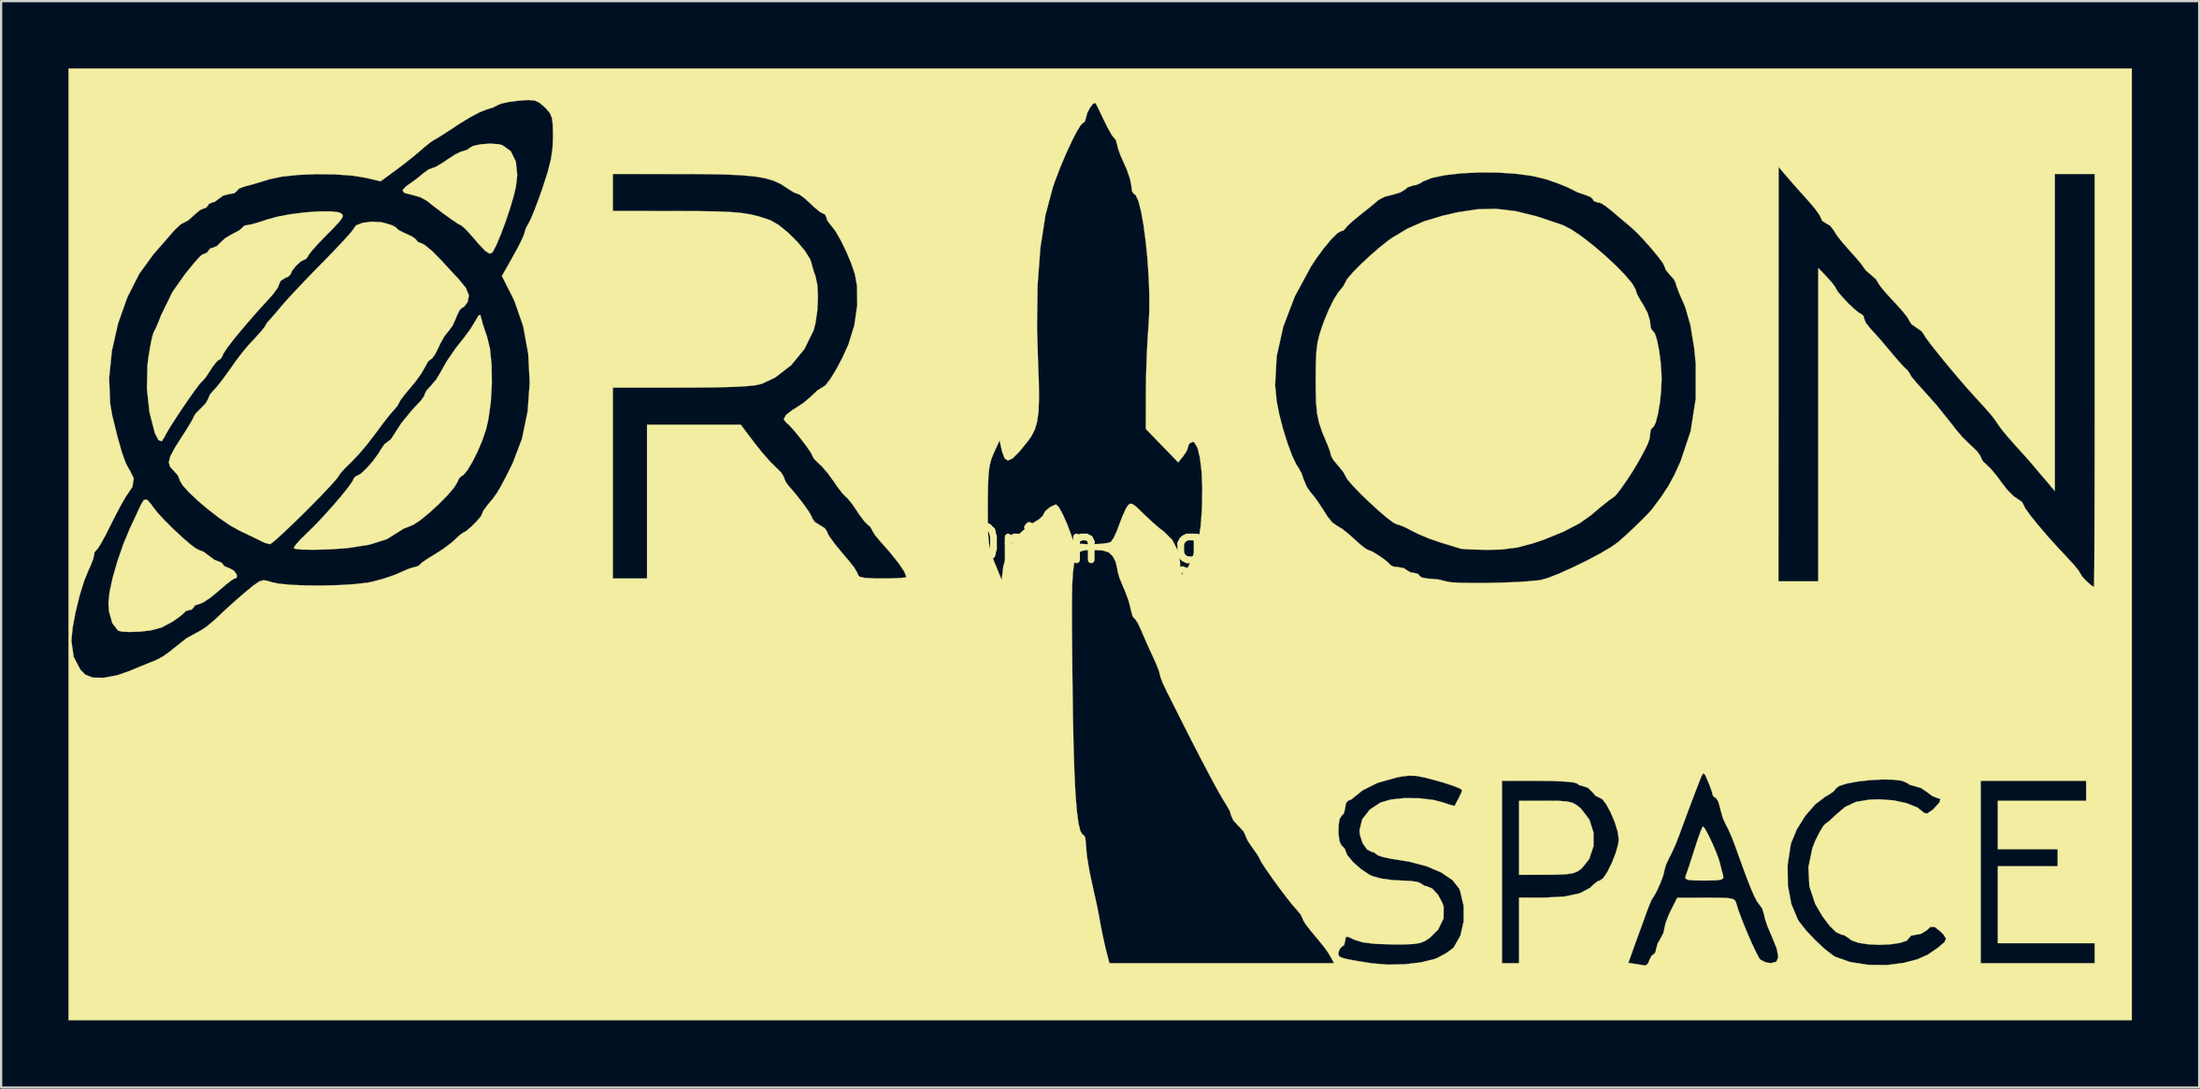
<source format=kicad_pcb>
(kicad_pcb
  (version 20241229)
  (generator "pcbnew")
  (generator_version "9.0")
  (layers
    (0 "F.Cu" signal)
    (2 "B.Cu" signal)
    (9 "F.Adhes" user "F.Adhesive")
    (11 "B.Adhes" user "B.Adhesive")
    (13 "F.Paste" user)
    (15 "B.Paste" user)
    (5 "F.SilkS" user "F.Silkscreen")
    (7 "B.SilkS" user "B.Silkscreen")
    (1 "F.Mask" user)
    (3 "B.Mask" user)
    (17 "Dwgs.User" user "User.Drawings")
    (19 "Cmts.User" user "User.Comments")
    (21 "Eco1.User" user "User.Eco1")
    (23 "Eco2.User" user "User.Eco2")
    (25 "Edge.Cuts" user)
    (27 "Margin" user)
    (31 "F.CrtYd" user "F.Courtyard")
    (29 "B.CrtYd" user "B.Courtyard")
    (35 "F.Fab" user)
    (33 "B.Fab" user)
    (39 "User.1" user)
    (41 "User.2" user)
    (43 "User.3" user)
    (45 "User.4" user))
  (footprint "Orion logo"
    (layer "F.Cu")
    (at 45.979 21.214)
    (property "Reference" "Orion logo" (at 0 0 0) (layer "F.SilkS") (effects (font (size 1.524 1.524) (thickness 0.3))))
    (attr through_hole)
    (fp_poly (pts (xy 20.417 11.435) (xy 20.793 11.46) (xy 21.047 11.519) (xy 21.243 11.628) (xy 21.426 11.779) (xy 21.8 12.267) (xy 21.987 12.848) (xy 21.986 13.456) (xy 21.796 14.023) (xy 21.465 14.442) (xy 21.287 14.575) (xy 21.077 14.659) (xy 20.773 14.705) (xy 20.316 14.724) (xy 19.907 14.728) (xy 18.669 14.732) (xy 18.669 11.43) (xy 19.853 11.43) (xy 20.417 11.435)) (stroke (width 0.01) (type solid)) (fill yes) (layer "F.SilkS"))
    (fp_poly (pts (xy 26.955 12.679) (xy 27.103 12.951) (xy 27.278 13.317) (xy 27.445 13.706) (xy 27.572 14.046) (xy 27.612 14.182) (xy 27.699 14.529) (xy 27.764 14.764) (xy 27.771 14.879) (xy 27.675 14.946) (xy 27.428 14.978) (xy 26.979 14.986) (xy 26.919 14.986) (xy 26.449 14.98) (xy 26.186 14.953) (xy 26.082 14.893) (xy 26.09 14.787) (xy 26.099 14.764) (xy 26.179 14.541) (xy 26.309 14.152) (xy 26.463 13.67) (xy 26.499 13.557) (xy 26.648 13.102) (xy 26.773 12.759) (xy 26.853 12.584) (xy 26.865 12.573) (xy 26.955 12.679)) (stroke (width 0.01) (type solid)) (fill yes) (layer "F.SilkS"))
    (fp_poly (pts (xy -26.808 -17.836) (xy -26.642 -17.794) (xy -26.267 -17.523) (xy -26.043 -17.069) (xy -25.978 -16.464) (xy -26.038 -15.938) (xy -26.148 -15.483) (xy -26.313 -14.931) (xy -26.511 -14.347) (xy -26.718 -13.795) (xy -26.91 -13.34) (xy -27.065 -13.044) (xy -27.104 -12.994) (xy -27.224 -12.962) (xy -27.415 -13.091) (xy -27.708 -13.402) (xy -27.813 -13.526) (xy -28.109 -13.866) (xy -28.346 -14.113) (xy -28.476 -14.216) (xy -28.479 -14.216) (xy -28.622 -14.292) (xy -28.907 -14.484) (xy -29.278 -14.751) (xy -29.677 -15.052) (xy -30.017 -15.322) (xy -30.308 -15.478) (xy -30.68 -15.584) (xy -30.684 -15.584) (xy -31.01 -15.667) (xy -31.09 -15.784) (xy -30.929 -15.961) (xy -30.769 -16.072) (xy -30.434 -16.314) (xy -30.174 -16.532) (xy -29.935 -16.707) (xy -29.777 -16.764) (xy -29.595 -16.834) (xy -29.296 -17.012) (xy -29.103 -17.145) (xy -28.765 -17.365) (xy -28.488 -17.503) (xy -28.393 -17.526) (xy -28.18 -17.598) (xy -28.135 -17.646) (xy -27.946 -17.757) (xy -27.599 -17.832) (xy -27.189 -17.862) (xy -26.808 -17.836)) (stroke (width 0.01) (type solid)) (fill yes) (layer "F.SilkS"))
    (fp_poly (pts (xy -42.284 -1.776) (xy -42.222 -1.683) (xy -42.014 -1.417) (xy -41.697 -1.073) (xy -41.317 -0.694) (xy -40.924 -0.327) (xy -40.566 -0.017) (xy -40.29 0.191) (xy -40.158 0.254) (xy -39.953 0.334) (xy -39.722 0.508) (xy -39.47 0.693) (xy -39.283 0.762) (xy -39.129 0.831) (xy -39.116 0.875) (xy -39.008 0.987) (xy -38.798 1.068) (xy -38.598 1.18) (xy -38.479 1.348) (xy -38.481 1.487) (xy -38.577 1.524) (xy -38.714 1.603) (xy -38.978 1.81) (xy -39.307 2.094) (xy -39.664 2.385) (xy -39.975 2.591) (xy -40.164 2.665) (xy -40.352 2.727) (xy -40.386 2.794) (xy -40.488 2.908) (xy -40.566 2.921) (xy -40.756 2.978) (xy -40.788 3.016) (xy -40.911 3.135) (xy -41.179 3.334) (xy -41.38 3.469) (xy -41.825 3.705) (xy -42.32 3.837) (xy -42.777 3.889) (xy -43.229 3.906) (xy -43.586 3.891) (xy -43.764 3.849) (xy -44.024 3.512) (xy -44.17 2.992) (xy -44.196 2.606) (xy -44.144 2.119) (xy -44.003 1.475) (xy -43.793 0.744) (xy -43.534 -0.002) (xy -43.248 -0.692) (xy -43.215 -0.762) (xy -43.015 -1.191) (xy -42.841 -1.565) (xy -42.758 -1.746) (xy -42.617 -1.979) (xy -42.473 -1.991) (xy -42.284 -1.776)) (stroke (width 0.01) (type solid)) (fill yes) (layer "F.SilkS"))
    (fp_poly (pts (xy -27.588 -10.097) (xy -27.516 -9.826) (xy -27.389 -9.44) (xy -27.328 -9.271) (xy -27.194 -8.721) (xy -27.122 -8) (xy -27.11 -7.185) (xy -27.157 -6.351) (xy -27.264 -5.576) (xy -27.363 -5.144) (xy -27.526 -4.657) (xy -27.739 -4.151) (xy -27.972 -3.684) (xy -28.195 -3.31) (xy -28.38 -3.086) (xy -28.458 -3.048) (xy -28.57 -2.943) (xy -28.644 -2.776) (xy -28.793 -2.53) (xy -29.088 -2.185) (xy -29.474 -1.794) (xy -29.893 -1.409) (xy -30.29 -1.084) (xy -30.607 -0.872) (xy -30.722 -0.825) (xy -31.049 -0.697) (xy -31.242 -0.572) (xy -31.788 -0.233) (xy -32.568 0.015) (xy -33.578 0.171) (xy -34.385 0.225) (xy -35.033 0.241) (xy -35.532 0.234) (xy -35.846 0.207) (xy -35.941 0.166) (xy -35.854 0.024) (xy -35.629 -0.228) (xy -35.369 -0.481) (xy -35.01 -0.833) (xy -34.607 -1.258) (xy -34.2 -1.71) (xy -33.825 -2.148) (xy -33.522 -2.525) (xy -33.326 -2.799) (xy -33.274 -2.914) (xy -33.176 -3.041) (xy -33.132 -3.048) (xy -32.953 -3.143) (xy -32.692 -3.387) (xy -32.405 -3.716) (xy -32.151 -4.068) (xy -32.059 -4.223) (xy -31.892 -4.467) (xy -31.752 -4.572) (xy -31.75 -4.572) (xy -31.617 -4.674) (xy -31.448 -4.924) (xy -31.424 -4.969) (xy -31.127 -5.425) (xy -30.657 -5.994) (xy -30.258 -6.422) (xy -30.12 -6.622) (xy -30.099 -6.702) (xy -30.014 -6.865) (xy -29.835 -7.058) (xy -29.586 -7.351) (xy -29.389 -7.681) (xy -29.114 -8.169) (xy -28.728 -8.733) (xy -28.315 -9.256) (xy -28.065 -9.594) (xy -27.846 -9.955) (xy -27.703 -10.197) (xy -27.629 -10.229) (xy -27.588 -10.097)) (stroke (width 0.01) (type solid)) (fill yes) (layer "F.SilkS"))
    (fp_poly (pts (xy -33.949 -14.803) (xy -33.848 -14.766) (xy -33.759 -14.688) (xy -33.768 -14.574) (xy -33.899 -14.387) (xy -34.176 -14.089) (xy -34.462 -13.802) (xy -34.83 -13.424) (xy -35.117 -13.104) (xy -35.282 -12.889) (xy -35.306 -12.833) (xy -35.405 -12.707) (xy -35.45 -12.7) (xy -35.629 -12.609) (xy -35.852 -12.401) (xy -36.026 -12.172) (xy -36.068 -12.054) (xy -36.172 -11.941) (xy -36.322 -11.874) (xy -36.528 -11.739) (xy -36.576 -11.625) (xy -36.656 -11.431) (xy -36.857 -11.156) (xy -36.925 -11.078) (xy -37.544 -10.395) (xy -38.09 -9.77) (xy -38.541 -9.229) (xy -38.876 -8.798) (xy -39.072 -8.506) (xy -39.116 -8.395) (xy -39.198 -8.261) (xy -39.233 -8.255) (xy -39.364 -8.156) (xy -39.558 -7.907) (xy -39.64 -7.779) (xy -39.838 -7.479) (xy -39.992 -7.289) (xy -40.027 -7.262) (xy -40.138 -7.142) (xy -40.349 -6.861) (xy -40.624 -6.472) (xy -40.927 -6.028) (xy -41.222 -5.582) (xy -41.473 -5.187) (xy -41.644 -4.897) (xy -41.693 -4.794) (xy -41.822 -4.595) (xy -41.966 -4.647) (xy -42.121 -4.949) (xy -42.134 -4.985) (xy -42.369 -5.901) (xy -42.48 -6.934) (xy -42.458 -7.972) (xy -42.419 -8.303) (xy -42.338 -8.798) (xy -42.257 -9.198) (xy -42.189 -9.434) (xy -42.175 -9.461) (xy -42.079 -9.647) (xy -41.938 -9.982) (xy -41.849 -10.214) (xy -41.337 -11.259) (xy -40.767 -12.065) (xy -40.418 -12.492) (xy -40.189 -12.756) (xy -40.043 -12.896) (xy -39.944 -12.948) (xy -39.895 -12.954) (xy -39.758 -13.041) (xy -39.751 -13.081) (xy -39.649 -13.195) (xy -39.568 -13.208) (xy -39.353 -13.302) (xy -39.218 -13.439) (xy -38.988 -13.65) (xy -38.658 -13.843) (xy -38.64 -13.851) (xy -38.366 -13.995) (xy -38.23 -14.114) (xy -38.227 -14.128) (xy -38.124 -14.213) (xy -38.033 -14.224) (xy -37.815 -14.265) (xy -37.448 -14.37) (xy -37.113 -14.482) (xy -36.645 -14.61) (xy -36.066 -14.717) (xy -35.441 -14.795) (xy -34.836 -14.839) (xy -34.317 -14.843) (xy -33.949 -14.803)) (stroke (width 0.01) (type solid)) (fill yes) (layer "F.SilkS"))
    (fp_poly (pts (xy 18.503 -14.853) (xy 19.448 -14.623) (xy 20.538 -14.258) (xy 20.637 -14.221) (xy 21.001 -14.034) (xy 21.458 -13.725) (xy 21.967 -13.33) (xy 22.487 -12.886) (xy 22.977 -12.43) (xy 23.398 -11.998) (xy 23.707 -11.629) (xy 23.864 -11.357) (xy 23.876 -11.294) (xy 23.942 -11.116) (xy 24.11 -10.823) (xy 24.194 -10.695) (xy 24.393 -10.322) (xy 24.504 -9.963) (xy 24.511 -9.877) (xy 24.544 -9.622) (xy 24.616 -9.525) (xy 24.717 -9.408) (xy 24.818 -9.096) (xy 24.908 -8.647) (xy 24.978 -8.12) (xy 25.015 -7.573) (xy 25.019 -7.366) (xy 24.997 -6.828) (xy 24.939 -6.286) (xy 24.855 -5.799) (xy 24.757 -5.426) (xy 24.655 -5.226) (xy 24.616 -5.207) (xy 24.534 -5.099) (xy 24.51 -4.921) (xy 24.49 -4.729) (xy 24.414 -4.5) (xy 24.257 -4.176) (xy 23.995 -3.698) (xy 23.969 -3.651) (xy 23.735 -3.262) (xy 23.467 -2.85) (xy 23.209 -2.482) (xy 23.007 -2.221) (xy 22.925 -2.139) (xy 22.647 -1.937) (xy 22.271 -1.637) (xy 21.886 -1.309) (xy 21.87 -1.296) (xy 21.359 -0.935) (xy 20.651 -0.567) (xy 19.799 -0.219) (xy 19.306 -0.05) (xy 18.581 0.142) (xy 17.873 0.231) (xy 17.274 0.244) (xy 16.765 0.235) (xy 16.352 0.219) (xy 16.102 0.199) (xy 16.066 0.191) (xy 15.884 0.135) (xy 15.539 0.03) (xy 15.177 -0.079) (xy 14.664 -0.256) (xy 14.164 -0.466) (xy 13.906 -0.596) (xy 13.565 -0.772) (xy 13.298 -0.876) (xy 13.232 -0.887) (xy 13.059 -0.973) (xy 12.76 -1.2) (xy 12.383 -1.523) (xy 11.972 -1.9) (xy 11.574 -2.287) (xy 11.236 -2.641) (xy 11.003 -2.917) (xy 10.922 -3.068) (xy 10.843 -3.214) (xy 10.65 -3.455) (xy 10.604 -3.505) (xy 10.395 -3.761) (xy 10.29 -3.949) (xy 10.287 -3.968) (xy 10.24 -4.159) (xy 10.124 -4.46) (xy 10.111 -4.489) (xy 9.9 -4.995) (xy 9.756 -5.419) (xy 9.668 -5.836) (xy 9.623 -6.319) (xy 9.607 -6.943) (xy 9.606 -7.355) (xy 9.612 -8.054) (xy 9.636 -8.572) (xy 9.687 -8.984) (xy 9.777 -9.362) (xy 9.916 -9.78) (xy 9.979 -9.952) (xy 10.189 -10.46) (xy 10.41 -10.91) (xy 10.601 -11.218) (xy 10.636 -11.26) (xy 10.832 -11.499) (xy 10.921 -11.658) (xy 10.922 -11.665) (xy 11.013 -11.833) (xy 11.257 -12.117) (xy 11.608 -12.474) (xy 12.022 -12.861) (xy 12.452 -13.235) (xy 12.854 -13.553) (xy 13.018 -13.669) (xy 13.706 -14.079) (xy 14.431 -14.397) (xy 15.277 -14.652) (xy 15.938 -14.803) (xy 16.808 -14.935) (xy 17.642 -14.954) (xy 18.503 -14.853)) (stroke (width 0.01) (type solid)) (fill yes) (layer "F.SilkS"))
    (fp_poly (pts (xy -32.062 -14.361) (xy -31.92 -14.333) (xy -31.589 -14.232) (xy -31.393 -14.137) (xy -31.369 -14.106) (xy -31.263 -14.007) (xy -31 -13.874) (xy -30.924 -13.843) (xy -30.637 -13.705) (xy -30.486 -13.585) (xy -30.48 -13.565) (xy -30.383 -13.465) (xy -30.354 -13.462) (xy -30.128 -13.363) (xy -29.785 -13.085) (xy -29.355 -12.652) (xy -29.289 -12.579) (xy -28.975 -12.236) (xy -28.679 -11.919) (xy -28.61 -11.846) (xy -28.268 -11.431) (xy -28.133 -11.099) (xy -28.188 -10.807) (xy -28.194 -10.795) (xy -28.345 -10.594) (xy -28.443 -10.541) (xy -28.552 -10.433) (xy -28.678 -10.167) (xy -28.699 -10.107) (xy -28.851 -9.764) (xy -29.029 -9.517) (xy -29.043 -9.505) (xy -29.215 -9.289) (xy -29.409 -8.943) (xy -29.477 -8.797) (xy -29.637 -8.475) (xy -29.778 -8.281) (xy -29.825 -8.255) (xy -29.951 -8.151) (xy -30.087 -7.906) (xy -30.253 -7.616) (xy -30.523 -7.242) (xy -30.736 -6.985) (xy -31.004 -6.666) (xy -31.187 -6.42) (xy -31.24 -6.318) (xy -31.322 -6.165) (xy -31.474 -5.991) (xy -31.659 -5.778) (xy -31.934 -5.427) (xy -32.246 -5.008) (xy -32.293 -4.944) (xy -32.655 -4.472) (xy -33.043 -4.014) (xy -33.375 -3.668) (xy -33.38 -3.664) (xy -33.67 -3.378) (xy -33.872 -3.148) (xy -33.926 -3.062) (xy -34.035 -2.91) (xy -34.287 -2.626) (xy -34.644 -2.247) (xy -35.07 -1.81) (xy -35.529 -1.351) (xy -35.982 -0.909) (xy -36.393 -0.518) (xy -36.725 -0.215) (xy -36.942 -0.038) (xy -37.001 -0.007) (xy -37.237 -0.071) (xy -37.338 -0.118) (xy -37.544 -0.222) (xy -37.904 -0.396) (xy -38.342 -0.603) (xy -38.362 -0.613) (xy -38.77 -0.841) (xy -39.243 -1.164) (xy -39.736 -1.543) (xy -40.206 -1.94) (xy -40.606 -2.317) (xy -40.892 -2.635) (xy -41.018 -2.855) (xy -41.021 -2.878) (xy -41.11 -3.085) (xy -41.275 -3.268) (xy -41.447 -3.453) (xy -41.505 -3.656) (xy -41.438 -3.923) (xy -41.236 -4.303) (xy -40.957 -4.743) (xy -40.693 -5.156) (xy -40.493 -5.487) (xy -40.392 -5.681) (xy -40.386 -5.704) (xy -40.299 -5.842) (xy -40.089 -6.054) (xy -40.069 -6.072) (xy -39.85 -6.303) (xy -39.751 -6.485) (xy -39.751 -6.493) (xy -39.666 -6.685) (xy -39.529 -6.843) (xy -39.336 -7.058) (xy -39.07 -7.399) (xy -38.864 -7.684) (xy -38.514 -8.178) (xy -38.236 -8.545) (xy -37.965 -8.867) (xy -37.631 -9.229) (xy -37.624 -9.237) (xy -37.381 -9.506) (xy -37.233 -9.693) (xy -37.211 -9.735) (xy -37.135 -9.868) (xy -37.052 -9.962) (xy -36.883 -10.151) (xy -36.623 -10.454) (xy -36.449 -10.661) (xy -36.199 -10.945) (xy -35.814 -11.359) (xy -35.342 -11.856) (xy -34.827 -12.387) (xy -34.639 -12.577) (xy -34.167 -13.062) (xy -33.765 -13.487) (xy -33.465 -13.817) (xy -33.298 -14.02) (xy -33.274 -14.064) (xy -33.16 -14.219) (xy -32.87 -14.33) (xy -32.479 -14.382) (xy -32.062 -14.361)) (stroke (width 0.01) (type solid)) (fill yes) (layer "F.SilkS"))
    (fp_poly (pts (xy 45.974 21.209) (xy -45.974 21.209) (xy -45.974 4.319) (xy -45.847 4.319) (xy -45.745 5.019) (xy -45.45 5.584) (xy -45.228 5.81) (xy -44.893 5.942) (xy -44.398 5.948) (xy -43.804 5.835) (xy -43.243 5.64) (xy -42.777 5.445) (xy -42.348 5.271) (xy -42.105 5.177) (xy -41.766 4.998) (xy -41.395 4.73) (xy -41.312 4.657) (xy -40.719 4.188) (xy -40.066 3.83) (xy -39.832 3.676) (xy -39.563 3.453) (xy -1.259 3.453) (xy -1.25 4.561) (xy -1.237 5.9) (xy -1.235 6.056) (xy -1.213 7.684) (xy -1.184 9.071) (xy -1.146 10.226) (xy -1.098 11.161) (xy -1.039 11.888) (xy -0.969 12.418) (xy -0.888 12.762) (xy -0.793 12.931) (xy -0.736 12.954) (xy -0.668 13.065) (xy -0.636 13.338) (xy -0.635 13.381) (xy -0.593 13.889) (xy -0.469 14.617) (xy -0.267 15.546) (xy -0.234 15.684) (xy -0.136 16.134) (xy -0.036 16.654) (xy -0.005 16.828) (xy 0.096 17.36) (xy 0.22 17.917) (xy 0.256 18.066) (xy 0.411 18.669) (xy 10.423 18.669) (xy 10.282 18.405) (xy 10.205 18.275) (xy 10.613 18.275) (xy 10.652 18.362) (xy 10.789 18.433) (xy 11.063 18.501) (xy 11.514 18.582) (xy 12.093 18.674) (xy 12.802 18.736) (xy 13.565 18.72) (xy 14.291 18.636) (xy 14.888 18.489) (xy 15.037 18.431) (xy 15.409 18.231) (xy 15.705 18.016) (xy 15.764 17.957) (xy 16.053 17.446) (xy 16.201 16.803) (xy 16.2 16.111) (xy 16.043 15.453) (xy 15.995 15.34) (xy 15.703 14.968) (xy 15.206 14.63) (xy 14.55 14.349) (xy 13.786 14.147) (xy 13.462 14.095) (xy 12.969 14.017) (xy 12.583 13.933) (xy 12.366 13.857) (xy 12.34 13.834) (xy 12.194 13.725) (xy 12.125 13.716) (xy 11.897 13.603) (xy 11.698 13.319) (xy 11.575 12.946) (xy 11.557 12.752) (xy 11.678 12.26) (xy 12.018 11.823) (xy 12.493 11.51) (xy 12.954 11.376) (xy 13.565 11.312) (xy 14.234 11.319) (xy 14.865 11.396) (xy 15.244 11.495) (xy 15.569 11.602) (xy 15.77 11.655) (xy 15.8 11.654) (xy 15.863 11.531) (xy 15.97 11.336) (xy 16.091 11.084) (xy 16.129 10.952) (xy 16.015 10.875) (xy 15.711 10.755) (xy 15.272 10.613) (xy 15.04 10.546) (xy 15.022 10.541) (xy 17.907 10.541) (xy 17.907 18.669) (xy 18.669 18.669) (xy 18.669 18.656) (xy 23.538 18.656) (xy 23.866 18.707) (xy 24.153 18.753) (xy 24.301 18.777) (xy 24.414 18.688) (xy 24.474 18.542) (xy 24.575 18.336) (xy 24.653 18.288) (xy 24.75 18.183) (xy 24.769 18.066) (xy 24.846 17.791) (xy 24.96 17.597) (xy 25.108 17.308) (xy 25.146 17.119) (xy 25.201 16.874) (xy 25.341 16.513) (xy 25.432 16.322) (xy 25.718 15.755) (xy 27.004 15.751) (xy 27.587 15.753) (xy 27.965 15.768) (xy 28.185 15.806) (xy 28.297 15.879) (xy 28.349 15.995) (xy 28.358 16.034) (xy 28.454 16.341) (xy 28.617 16.775) (xy 28.819 17.27) (xy 29.031 17.758) (xy 29.226 18.173) (xy 29.373 18.448) (xy 29.419 18.51) (xy 29.658 18.633) (xy 29.899 18.669) (xy 30.137 18.604) (xy 30.222 18.396) (xy 30.154 18.025) (xy 29.932 17.472) (xy 29.907 17.418) (xy 29.734 17.009) (xy 29.62 16.664) (xy 29.591 16.506) (xy 29.505 16.232) (xy 29.387 16.07) (xy 29.276 15.921) (xy 29.141 15.663) (xy 28.971 15.264) (xy 28.752 14.697) (xy 28.608 14.301) (xy 30.635 14.301) (xy 30.647 15.201) (xy 30.801 16.029) (xy 31.088 16.717) (xy 31.158 16.828) (xy 31.469 17.221) (xy 31.871 17.648) (xy 32.292 18.039) (xy 32.659 18.322) (xy 32.768 18.386) (xy 33.424 18.619) (xy 34.223 18.744) (xy 35.074 18.754) (xy 35.818 18.656) (xy 36.416 18.499) (xy 36.882 18.292) (xy 37.337 17.981) (xy 37.374 17.952) (xy 37.631 17.73) (xy 37.695 17.57) (xy 37.576 17.386) (xy 37.465 17.272) (xy 37.201 17.059) (xy 37.001 17.054) (xy 36.83 17.209) (xy 36.584 17.36) (xy 36.37 17.399) (xy 36.139 17.443) (xy 36.068 17.521) (xy 35.953 17.664) (xy 35.649 17.767) (xy 35.218 17.83) (xy 34.724 17.851) (xy 34.228 17.828) (xy 33.793 17.762) (xy 33.48 17.65) (xy 33.391 17.578) (xy 33.159 17.422) (xy 33.04 17.399) (xy 32.802 17.29) (xy 32.501 16.996) (xy 32.178 16.562) (xy 31.871 16.035) (xy 31.863 16.018) (xy 31.605 15.238) (xy 31.565 14.39) (xy 31.743 13.534) (xy 31.877 13.198) (xy 32.067 12.821) (xy 32.234 12.55) (xy 32.322 12.457) (xy 32.489 12.336) (xy 32.733 12.11) (xy 32.766 12.076) (xy 33.203 11.704) (xy 33.685 11.481) (xy 34.288 11.38) (xy 34.722 11.367) (xy 35.367 11.414) (xy 35.957 11.544) (xy 36.429 11.735) (xy 36.717 11.968) (xy 36.725 11.98) (xy 36.866 11.995) (xy 37.112 11.824) (xy 37.135 11.802) (xy 37.398 11.515) (xy 37.445 11.351) (xy 37.298 11.303) (xy 37.091 11.222) (xy 36.859 11.049) (xy 36.582 10.862) (xy 36.353 10.795) (xy 36.066 10.713) (xy 35.96 10.636) (xy 35.739 10.541) (xy 39.243 10.541) (xy 39.243 18.669) (xy 44.323 18.669) (xy 44.323 17.78) (xy 40.005 17.78) (xy 40.005 14.351) (xy 42.672 14.351) (xy 42.672 13.589) (xy 40.005 13.589) (xy 40.005 11.43) (xy 43.942 11.43) (xy 43.942 10.541) (xy 39.243 10.541) (xy 35.739 10.541) (xy 35.735 10.539) (xy 35.345 10.49) (xy 34.846 10.482) (xy 34.298 10.511) (xy 33.759 10.572) (xy 33.286 10.66) (xy 32.938 10.768) (xy 32.772 10.893) (xy 32.766 10.922) (xy 32.665 11.031) (xy 32.412 11.196) (xy 32.312 11.251) (xy 31.861 11.595) (xy 31.419 12.107) (xy 31.045 12.706) (xy 30.796 13.31) (xy 30.772 13.399) (xy 30.635 14.301) (xy 28.608 14.301) (xy 28.473 13.932) (xy 28.308 13.469) (xy 28.142 13.037) (xy 27.979 12.671) (xy 27.894 12.516) (xy 27.756 12.214) (xy 27.645 11.823) (xy 27.636 11.779) (xy 27.551 11.474) (xy 27.45 11.311) (xy 27.426 11.303) (xy 27.308 11.214) (xy 27.305 11.192) (xy 27.259 11.013) (xy 27.145 10.703) (xy 27.098 10.588) (xy 26.966 10.286) (xy 26.886 10.195) (xy 26.816 10.292) (xy 26.765 10.414) (xy 26.577 10.898) (xy 26.342 11.515) (xy 26.1 12.161) (xy 25.891 12.728) (xy 25.81 12.954) (xy 25.631 13.407) (xy 25.432 13.839) (xy 25.377 13.942) (xy 25.224 14.265) (xy 25.148 14.515) (xy 25.146 14.541) (xy 25.094 14.759) (xy 24.969 15.094) (xy 24.815 15.44) (xy 24.675 15.693) (xy 24.631 15.748) (xy 24.553 15.895) (xy 24.426 16.202) (xy 24.335 16.447) (xy 24.192 16.845) (xy 24.077 17.163) (xy 24.036 17.272) (xy 23.953 17.5) (xy 23.822 17.861) (xy 23.751 18.059) (xy 23.538 18.656) (xy 18.669 18.656) (xy 18.669 15.748) (xy 19.796 15.748) (xy 20.699 15.7) (xy 21.376 15.555) (xy 21.839 15.309) (xy 21.965 15.184) (xy 22.168 15.019) (xy 22.278 14.986) (xy 22.425 14.875) (xy 22.611 14.59) (xy 22.804 14.199) (xy 22.973 13.771) (xy 23.085 13.377) (xy 23.114 13.145) (xy 23.063 12.802) (xy 22.933 12.382) (xy 22.753 11.955) (xy 22.556 11.589) (xy 22.373 11.353) (xy 22.275 11.303) (xy 22.076 11.205) (xy 21.942 11.049) (xy 21.732 10.848) (xy 21.567 10.795) (xy 21.337 10.729) (xy 21.273 10.668) (xy 21.118 10.617) (xy 20.75 10.576) (xy 20.21 10.55) (xy 19.551 10.541) (xy 17.907 10.541) (xy 15.022 10.541) (xy 14.487 10.399) (xy 14.09 10.322) (xy 13.761 10.31) (xy 13.415 10.353) (xy 13.215 10.392) (xy 12.355 10.635) (xy 11.697 10.964) (xy 11.411 11.195) (xy 11.189 11.373) (xy 11.049 11.43) (xy 10.952 11.538) (xy 10.922 11.737) (xy 10.864 11.993) (xy 10.763 12.097) (xy 10.67 12.245) (xy 10.623 12.546) (xy 10.622 12.906) (xy 10.665 13.23) (xy 10.751 13.42) (xy 10.776 13.435) (xy 10.915 13.585) (xy 10.922 13.635) (xy 11.021 13.868) (xy 11.274 14.167) (xy 11.616 14.47) (xy 11.982 14.716) (xy 12.13 14.788) (xy 12.522 14.896) (xy 13.034 14.968) (xy 13.407 14.986) (xy 13.836 15.005) (xy 14.156 15.053) (xy 14.287 15.113) (xy 14.47 15.228) (xy 14.56 15.24) (xy 14.808 15.35) (xy 15.061 15.628) (xy 15.257 15.997) (xy 15.309 16.169) (xy 15.302 16.679) (xy 15.064 17.17) (xy 14.692 17.54) (xy 14.482 17.68) (xy 14.261 17.769) (xy 13.967 17.816) (xy 13.537 17.834) (xy 13.012 17.834) (xy 12.26 17.809) (xy 11.721 17.744) (xy 11.356 17.634) (xy 11.329 17.622) (xy 11.059 17.497) (xy 10.946 17.499) (xy 10.922 17.634) (xy 10.922 17.663) (xy 10.873 17.864) (xy 10.81 17.907) (xy 10.691 18.013) (xy 10.632 18.158) (xy 10.613 18.275) (xy 10.205 18.275) (xy 10.163 18.204) (xy 9.998 17.973) (xy 9.746 17.658) (xy 9.366 17.205) (xy 9.149 16.923) (xy 9.027 16.711) (xy 9.017 16.669) (xy 8.935 16.501) (xy 8.737 16.26) (xy 8.718 16.242) (xy 8.529 16.023) (xy 8.262 15.683) (xy 7.955 15.275) (xy 7.649 14.852) (xy 7.38 14.467) (xy 7.188 14.174) (xy 7.112 14.026) (xy 7.112 14.025) (xy 7.042 13.888) (xy 6.867 13.633) (xy 6.795 13.537) (xy 6.594 13.24) (xy 6.484 13.013) (xy 6.477 12.973) (xy 6.389 12.794) (xy 6.175 12.563) (xy 6.16 12.549) (xy 5.94 12.308) (xy 5.842 12.101) (xy 5.842 12.093) (xy 5.772 11.871) (xy 5.604 11.58) (xy 5.593 11.565) (xy 5.434 11.306) (xy 5.18 10.856) (xy 4.852 10.247) (xy 4.468 9.516) (xy 4.047 8.698) (xy 3.606 7.827) (xy 3.566 7.747) (xy 3.326 7.269) (xy 3.062 6.746) (xy 2.974 6.572) (xy 2.8 6.205) (xy 2.689 5.92) (xy 2.667 5.823) (xy 2.616 5.634) (xy 2.484 5.302) (xy 2.362 5.029) (xy 2.138 4.542) (xy 1.919 4.044) (xy 1.834 3.842) (xy 1.684 3.521) (xy 1.559 3.327) (xy 1.521 3.302) (xy 1.442 3.191) (xy 1.369 2.919) (xy 1.361 2.873) (xy 1.259 2.486) (xy 1.09 2.037) (xy 1.027 1.897) (xy 0.867 1.512) (xy 0.773 1.18) (xy 0.762 1.084) (xy 0.69 0.777) (xy 0.564 0.536) (xy 0.382 0.356) (xy 0.109 0.272) (xy -0.258 0.254) (xy -0.502 0.253) (xy -0.704 0.266) (xy -0.868 0.314) (xy -0.997 0.419) (xy -1.096 0.602) (xy -1.168 0.886) (xy -1.217 1.291) (xy -1.246 1.839) (xy -1.259 2.553) (xy -1.259 3.453) (xy -39.563 3.453) (xy -39.51 3.409) (xy -39.304 3.217) (xy -38.933 2.868) (xy -38.473 2.456) (xy -38.087 2.123) (xy -37.714 1.817) (xy -37.466 1.651) (xy -37.277 1.599) (xy -37.078 1.636) (xy -36.944 1.683) (xy -36.593 1.756) (xy -36.052 1.807) (xy -35.383 1.834) (xy -34.646 1.837) (xy -33.905 1.818) (xy -33.222 1.775) (xy -32.658 1.71) (xy -32.449 1.67) (xy -31.938 1.533) (xy -31.445 1.364) (xy -31.198 1.258) (xy -30.856 1.107) (xy -30.593 1.022) (xy -30.542 1.016) (xy -30.359 0.952) (xy -30.332 0.916) (xy -30.206 0.801) (xy -29.928 0.613) (xy -29.687 0.467) (xy -29.276 0.204) (xy -28.909 -0.073) (xy -28.772 -0.195) (xy -28.549 -0.404) (xy -28.412 -0.506) (xy -28.403 -0.508) (xy -28.254 -0.592) (xy -28.019 -0.793) (xy -27.775 -1.037) (xy -27.599 -1.247) (xy -27.559 -1.331) (xy -27.481 -1.509) (xy -27.293 -1.764) (xy -27.273 -1.786) (xy -27.072 -2.025) (xy -26.897 -2.267) (xy -26.716 -2.569) (xy -26.495 -2.986) (xy -26.201 -3.574) (xy -26.179 -3.619) (xy -25.766 -4.705) (xy -25.514 -5.921) (xy -25.421 -7.205) (xy -25.487 -8.494) (xy -25.712 -9.724) (xy -26.097 -10.834) (xy -26.204 -11.058) (xy -26.661 -11.961) (xy -26.158 -12.85) (xy -25.921 -13.285) (xy -25.744 -13.644) (xy -25.658 -13.864) (xy -25.654 -13.89) (xy -25.587 -14.106) (xy -25.48 -14.291) (xy -25.37 -14.51) (xy -25.225 -14.859) (xy -21.717 -14.859) (xy -18.891 -14.856) (xy -17.891 -14.852) (xy -17.102 -14.839) (xy -16.482 -14.813) (xy -15.989 -14.771) (xy -15.581 -14.707) (xy -15.214 -14.618) (xy -14.847 -14.499) (xy -14.691 -14.443) (xy -14.335 -14.241) (xy -13.921 -13.906) (xy -13.508 -13.498) (xy -13.156 -13.079) (xy -12.927 -12.712) (xy -12.878 -12.573) (xy -12.773 -12.193) (xy -12.691 -11.964) (xy -12.605 -11.57) (xy -12.578 -11.024) (xy -12.606 -10.422) (xy -12.687 -9.857) (xy -12.772 -9.536) (xy -13.179 -8.708) (xy -13.766 -7.991) (xy -14.482 -7.436) (xy -15.077 -7.156) (xy -15.342 -7.096) (xy -15.766 -7.05) (xy -16.37 -7.018) (xy -17.176 -6.997) (xy -18.207 -6.988) (xy -18.637 -6.987) (xy -21.717 -6.985) (xy -21.717 1.524) (xy -20.193 1.524) (xy -20.193 -5.334) (xy -16.02 -5.334) (xy -15.42 -4.54) (xy -15.078 -4.11) (xy -14.74 -3.722) (xy -14.475 -3.456) (xy -14.459 -3.442) (xy -14.221 -3.206) (xy -14.101 -3.014) (xy -14.097 -2.99) (xy -14.018 -2.791) (xy -13.874 -2.596) (xy -13.54 -2.207) (xy -13.23 -1.809) (xy -12.983 -1.459) (xy -12.844 -1.214) (xy -12.827 -1.154) (xy -12.724 -1.001) (xy -12.509 -0.866) (xy -12.276 -0.721) (xy -12.192 -0.603) (xy -12.103 -0.402) (xy -11.841 -0.036) (xy -11.418 0.479) (xy -11.208 0.722) (xy -10.966 1.029) (xy -10.818 1.278) (xy -10.795 1.358) (xy -10.723 1.444) (xy -10.484 1.497) (xy -10.044 1.521) (xy -9.716 1.524) (xy -9.228 1.517) (xy -8.855 1.498) (xy -8.655 1.471) (xy -8.636 1.459) (xy -8.726 1.22) (xy -8.985 0.834) (xy -9.393 0.327) (xy -9.811 -0.146) (xy -10.031 -0.412) (xy -10.152 -0.606) (xy -10.16 -0.638) (xy -10.255 -0.793) (xy -10.332 -0.851) (xy -10.498 -1.014) (xy -10.723 -1.311) (xy -10.836 -1.484) (xy -10.994 -1.714) (xy -5.01 -1.714) (xy -5.008 -0.982) (xy -4.993 -0.443) (xy -4.956 -0.04) (xy -4.891 0.287) (xy -4.792 0.598) (xy -4.702 0.826) (xy -4.389 1.587) (xy -4.316 0.987) (xy -4.141 0.354) (xy -3.865 -0.151) (xy -3.54 -0.527) (xy -3.161 -0.847) (xy -3.014 -0.938) (xy -2.72 -1.119) (xy -2.554 -1.273) (xy -2.54 -1.31) (xy -2.442 -1.484) (xy -2.221 -1.667) (xy -1.991 -1.771) (xy -1.96 -1.774) (xy -1.846 -1.664) (xy -1.679 -1.365) (xy -1.484 -0.929) (xy -1.287 -0.408) (xy -1.224 -0.222) (xy -1.129 -0.092) (xy -0.912 -0.024) (xy -0.515 -0.002) (xy -0.417 -0.002) (xy 0.009 -0.019) (xy 0.34 -0.06) (xy 0.468 -0.099) (xy 0.592 -0.267) (xy 0.745 -0.592) (xy 0.832 -0.828) (xy 0.988 -1.239) (xy 1.142 -1.578) (xy 1.209 -1.692) (xy 1.311 -1.805) (xy 1.429 -1.805) (xy 1.614 -1.67) (xy 1.92 -1.375) (xy 1.937 -1.358) (xy 2.298 -1.016) (xy 2.642 -0.719) (xy 2.836 -0.574) (xy 3.215 -0.196) (xy 3.475 0.313) (xy 3.556 0.771) (xy 3.579 1.179) (xy 3.651 1.345) (xy 3.774 1.267) (xy 3.954 0.945) (xy 4.099 0.612) (xy 4.282 0.126) (xy 4.404 -0.317) (xy 4.48 -0.806) (xy 4.527 -1.428) (xy 4.541 -1.718) (xy 4.553 -2.532) (xy 4.52 -3.258) (xy 4.447 -3.858) (xy 4.339 -4.296) (xy 4.202 -4.537) (xy 4.118 -4.572) (xy 3.956 -4.474) (xy 3.937 -4.396) (xy 3.862 -4.173) (xy 3.708 -3.936) (xy 3.479 -3.653) (xy 2.758 -4.398) (xy 2.037 -5.144) (xy 2.039 -6.795) (xy 2.043 -7.107) (xy 7.796 -7.107) (xy 7.865 -6.382) (xy 7.982 -5.788) (xy 8.15 -5.142) (xy 8.348 -4.509) (xy 8.553 -3.957) (xy 8.744 -3.554) (xy 8.827 -3.429) (xy 8.979 -3.156) (xy 9.059 -2.918) (xy 9.205 -2.568) (xy 9.361 -2.34) (xy 9.548 -2.115) (xy 9.741 -1.846) (xy 9.991 -1.463) (xy 10.132 -1.238) (xy 10.352 -0.97) (xy 10.571 -0.817) (xy 10.781 -0.693) (xy 11.088 -0.449) (xy 11.311 -0.246) (xy 11.616 0.027) (xy 11.856 0.209) (xy 11.954 0.254) (xy 12.132 0.325) (xy 12.412 0.494) (xy 12.699 0.698) (xy 12.898 0.873) (xy 12.933 0.921) (xy 13.077 0.995) (xy 13.275 1.016) (xy 13.539 1.064) (xy 13.652 1.143) (xy 13.832 1.25) (xy 13.977 1.27) (xy 14.18 1.325) (xy 14.224 1.397) (xy 14.336 1.481) (xy 14.615 1.529) (xy 14.7 1.533) (xy 15.09 1.569) (xy 15.406 1.646) (xy 15.431 1.656) (xy 15.646 1.693) (xy 16.06 1.715) (xy 16.616 1.724) (xy 17.259 1.721) (xy 17.933 1.706) (xy 18.582 1.68) (xy 19.038 1.651) (xy 30.226 1.651) (xy 32.004 1.651) (xy 32.004 -12.317) (xy 32.385 -11.918) (xy 32.618 -11.658) (xy 32.754 -11.477) (xy 32.768 -11.443) (xy 32.854 -11.289) (xy 33.066 -11.034) (xy 33.34 -10.743) (xy 33.614 -10.482) (xy 33.824 -10.315) (xy 33.89 -10.287) (xy 34.019 -10.184) (xy 34.036 -10.097) (xy 34.12 -9.878) (xy 34.322 -9.62) (xy 34.543 -9.382) (xy 34.86 -9.02) (xy 35.206 -8.61) (xy 35.237 -8.573) (xy 35.548 -8.206) (xy 35.803 -7.923) (xy 35.954 -7.777) (xy 35.968 -7.768) (xy 36.068 -7.632) (xy 36.068 -7.625) (xy 36.149 -7.483) (xy 36.357 -7.228) (xy 36.544 -7.023) (xy 37.283 -6.195) (xy 37.999 -5.301) (xy 38.127 -5.13) (xy 38.427 -4.778) (xy 38.782 -4.43) (xy 38.83 -4.389) (xy 39.087 -4.14) (xy 39.231 -3.936) (xy 39.243 -3.89) (xy 39.336 -3.706) (xy 39.496 -3.557) (xy 39.708 -3.351) (xy 39.982 -3.018) (xy 40.157 -2.775) (xy 40.436 -2.417) (xy 40.713 -2.141) (xy 40.857 -2.043) (xy 41.079 -1.891) (xy 41.148 -1.766) (xy 41.23 -1.598) (xy 41.457 -1.285) (xy 41.796 -0.864) (xy 42.216 -0.373) (xy 42.685 0.149) (xy 43.08 0.569) (xy 43.384 0.9) (xy 43.602 1.166) (xy 43.688 1.309) (xy 43.688 1.311) (xy 43.772 1.445) (xy 43.963 1.647) (xy 44.17 1.829) (xy 44.291 1.901) (xy 44.296 1.778) (xy 44.301 1.421) (xy 44.306 0.85) (xy 44.31 0.084) (xy 44.314 -0.855) (xy 44.317 -1.949) (xy 44.32 -3.176) (xy 44.322 -4.519) (xy 44.323 -5.955) (xy 44.323 -7.303) (xy 44.323 -16.51) (xy 42.545 -16.51) (xy 42.545 -2.374) (xy 42.292 -2.679) (xy 41.365 -3.768) (xy 40.719 -4.486) (xy 40.402 -4.845) (xy 40.129 -5.184) (xy 40.02 -5.339) (xy 39.898 -5.523) (xy 39.761 -5.703) (xy 39.569 -5.93) (xy 39.279 -6.253) (xy 38.955 -6.606) (xy 38.59 -7.015) (xy 38.184 -7.486) (xy 37.77 -7.979) (xy 37.382 -8.454) (xy 37.053 -8.868) (xy 36.817 -9.182) (xy 36.707 -9.354) (xy 36.703 -9.369) (xy 36.603 -9.505) (xy 36.386 -9.652) (xy 36.154 -9.819) (xy 36.066 -9.959) (xy 35.983 -10.11) (xy 35.763 -10.387) (xy 35.451 -10.737) (xy 35.368 -10.824) (xy 35.04 -11.179) (xy 34.796 -11.47) (xy 34.676 -11.644) (xy 34.671 -11.664) (xy 34.579 -11.811) (xy 34.358 -12.011) (xy 34.353 -12.014) (xy 34.132 -12.202) (xy 34.036 -12.326) (xy 34.036 -12.328) (xy 33.956 -12.451) (xy 33.745 -12.707) (xy 33.445 -13.043) (xy 33.401 -13.091) (xy 33.079 -13.458) (xy 32.828 -13.778) (xy 32.699 -13.986) (xy 32.696 -13.995) (xy 32.525 -14.211) (xy 32.379 -14.29) (xy 32.176 -14.421) (xy 32.131 -14.527) (xy 32.05 -14.694) (xy 31.839 -14.983) (xy 31.541 -15.333) (xy 31.528 -15.348) (xy 31.161 -15.755) (xy 30.809 -16.153) (xy 30.579 -16.419) (xy 30.234 -16.828) (xy 30.226 1.651) (xy 19.038 1.651) (xy 19.15 1.644) (xy 19.582 1.599) (xy 19.622 1.593) (xy 19.97 1.494) (xy 20.472 1.296) (xy 21.066 1.029) (xy 21.687 0.725) (xy 22.273 0.415) (xy 22.76 0.129) (xy 23.078 -0.096) (xy 23.42 -0.399) (xy 23.806 -0.76) (xy 24.173 -1.116) (xy 24.459 -1.409) (xy 24.578 -1.545) (xy 25.005 -2.116) (xy 25.321 -2.597) (xy 25.587 -3.086) (xy 25.86 -3.684) (xy 25.866 -3.697) (xy 26.318 -5.049) (xy 26.543 -6.497) (xy 26.543 -8.053) (xy 26.477 -8.733) (xy 26.307 -9.767) (xy 26.08 -10.561) (xy 25.982 -10.795) (xy 25.808 -11.189) (xy 25.69 -11.499) (xy 25.655 -11.633) (xy 25.568 -11.815) (xy 25.4 -12.002) (xy 25.209 -12.233) (xy 25.146 -12.401) (xy 25.066 -12.555) (xy 24.856 -12.836) (xy 24.565 -13.189) (xy 24.239 -13.557) (xy 23.927 -13.886) (xy 23.686 -14.112) (xy 23.507 -14.262) (xy 23.242 -14.487) (xy 23.219 -14.506) (xy 22.801 -14.86) (xy 22.528 -15.077) (xy 22.353 -15.192) (xy 22.23 -15.235) (xy 22.16 -15.24) (xy 21.992 -15.308) (xy 21.971 -15.365) (xy 21.862 -15.481) (xy 21.622 -15.575) (xy 21.26 -15.7) (xy 21.018 -15.822) (xy 20.774 -15.941) (xy 20.371 -16.101) (xy 19.896 -16.267) (xy 19.875 -16.274) (xy 19.268 -16.421) (xy 18.535 -16.52) (xy 17.729 -16.572) (xy 16.899 -16.578) (xy 16.098 -16.54) (xy 15.378 -16.458) (xy 14.788 -16.336) (xy 14.381 -16.174) (xy 14.294 -16.11) (xy 14.068 -16.014) (xy 13.96 -16.002) (xy 13.697 -15.911) (xy 13.603 -15.828) (xy 13.384 -15.69) (xy 13.048 -15.587) (xy 13.014 -15.582) (xy 12.662 -15.487) (xy 12.407 -15.353) (xy 12.395 -15.343) (xy 12.206 -15.18) (xy 11.889 -14.922) (xy 11.571 -14.671) (xy 11.238 -14.397) (xy 11.003 -14.178) (xy 10.922 -14.068) (xy 10.82 -13.978) (xy 10.753 -13.97) (xy 10.573 -13.87) (xy 10.298 -13.598) (xy 9.967 -13.201) (xy 9.618 -12.723) (xy 9.396 -12.385) (xy 8.673 -11.05) (xy 8.161 -9.707) (xy 7.866 -8.383) (xy 7.796 -7.107) (xy 2.043 -7.107) (xy 2.05 -7.574) (xy 2.077 -8.411) (xy 2.117 -9.194) (xy 2.155 -9.716) (xy 2.191 -10.379) (xy 2.192 -11.131) (xy 2.162 -11.933) (xy 2.106 -12.745) (xy 2.028 -13.527) (xy 1.932 -14.24) (xy 1.824 -14.844) (xy 1.707 -15.299) (xy 1.585 -15.567) (xy 1.504 -15.621) (xy 1.425 -15.731) (xy 1.393 -15.97) (xy 1.335 -16.283) (xy 1.19 -16.7) (xy 1.077 -16.954) (xy 0.902 -17.347) (xy 0.788 -17.672) (xy 0.763 -17.804) (xy 0.696 -18.034) (xy 0.635 -18.097) (xy 0.518 -18.247) (xy 0.341 -18.557) (xy 0.172 -18.899) (xy -0.011 -19.284) (xy -0.15 -19.566) (xy -0.211 -19.676) (xy -0.311 -19.645) (xy -0.451 -19.467) (xy -0.577 -19.227) (xy -0.631 -19.018) (xy -0.69 -18.83) (xy -0.753 -18.796) (xy -0.87 -18.685) (xy -1.053 -18.382) (xy -1.282 -17.934) (xy -1.533 -17.388) (xy -1.785 -16.789) (xy -2.016 -16.185) (xy -2.104 -15.933) (xy -2.435 -14.691) (xy -2.664 -13.232) (xy -2.79 -11.551) (xy -2.814 -9.644) (xy -2.771 -8.2) (xy -2.735 -7.235) (xy -2.726 -6.484) (xy -2.749 -5.907) (xy -2.81 -5.464) (xy -2.912 -5.117) (xy -3.06 -4.826) (xy -3.205 -4.62) (xy -3.61 -4.121) (xy -3.904 -3.829) (xy -4.112 -3.736) (xy -4.257 -3.834) (xy -4.364 -4.115) (xy -4.39 -4.224) (xy -4.481 -4.636) (xy -4.744 -4.064) (xy -4.852 -3.793) (xy -4.927 -3.501) (xy -4.974 -3.132) (xy -4.999 -2.633) (xy -5.01 -1.949) (xy -5.01 -1.714) (xy -10.994 -1.714) (xy -11.064 -1.817) (xy -11.264 -2.059) (xy -11.332 -2.119) (xy -11.491 -2.28) (xy -11.72 -2.578) (xy -11.866 -2.793) (xy -12.138 -3.17) (xy -12.414 -3.488) (xy -12.532 -3.596) (xy -12.744 -3.802) (xy -12.827 -3.955) (xy -12.903 -4.106) (xy -13.095 -4.383) (xy -13.352 -4.719) (xy -13.623 -5.051) (xy -13.857 -5.313) (xy -14.001 -5.44) (xy -14.002 -5.44) (xy -14.102 -5.578) (xy -13.992 -5.777) (xy -13.694 -6) (xy -13.636 -6.033) (xy -13.237 -6.293) (xy -12.875 -6.599) (xy -12.843 -6.633) (xy -12.596 -6.863) (xy -12.408 -6.984) (xy -12.383 -6.99) (xy -12.228 -7.102) (xy -12.005 -7.399) (xy -11.743 -7.83) (xy -11.473 -8.345) (xy -11.225 -8.895) (xy -11.216 -8.917) (xy -10.954 -9.765) (xy -10.824 -10.663) (xy -10.834 -11.517) (xy -10.927 -12.032) (xy -11.088 -12.511) (xy -11.309 -13.041) (xy -11.558 -13.549) (xy -11.797 -13.965) (xy -11.992 -14.216) (xy -12.002 -14.224) (xy -12.163 -14.441) (xy -12.192 -14.557) (xy -12.268 -14.716) (xy -12.323 -14.732) (xy -12.483 -14.815) (xy -12.742 -15.027) (xy -12.899 -15.177) (xy -13.181 -15.435) (xy -13.403 -15.595) (xy -13.471 -15.621) (xy -13.654 -15.69) (xy -13.923 -15.859) (xy -13.943 -15.873) (xy -14.231 -16.06) (xy -14.548 -16.207) (xy -14.928 -16.319) (xy -15.403 -16.4) (xy -16.007 -16.455) (xy -16.773 -16.489) (xy -17.734 -16.505) (xy -18.637 -16.509) (xy -21.717 -16.51) (xy -21.717 -14.859) (xy -25.225 -14.859) (xy -25.204 -14.91) (xy -25.009 -15.429) (xy -24.845 -15.895) (xy -24.617 -16.607) (xy -24.475 -17.173) (xy -24.403 -17.678) (xy -24.384 -18.189) (xy -24.392 -18.684) (xy -24.43 -19.003) (xy -24.522 -19.222) (xy -24.688 -19.419) (xy -24.759 -19.489) (xy -24.989 -19.688) (xy -25.204 -19.786) (xy -25.495 -19.807) (xy -25.907 -19.778) (xy -26.344 -19.722) (xy -26.686 -19.648) (xy -26.833 -19.587) (xy -27.064 -19.471) (xy -27.369 -19.375) (xy -27.653 -19.262) (xy -28.066 -19.044) (xy -28.529 -18.763) (xy -28.639 -18.691) (xy -29.065 -18.41) (xy -29.419 -18.184) (xy -29.642 -18.051) (xy -29.675 -18.034) (xy -29.855 -17.915) (xy -30.133 -17.69) (xy -30.248 -17.59) (xy -30.583 -17.306) (xy -31.019 -16.961) (xy -31.37 -16.695) (xy -32.068 -16.182) (xy -32.703 -16.334) (xy -33.324 -16.436) (xy -34.089 -16.491) (xy -34.92 -16.502) (xy -35.737 -16.468) (xy -36.463 -16.392) (xy -37.018 -16.275) (xy -37.031 -16.271) (xy -37.497 -16.127) (xy -37.916 -16.007) (xy -38.132 -15.951) (xy -38.384 -15.854) (xy -38.481 -15.746) (xy -38.589 -15.65) (xy -38.783 -15.621) (xy -39.087 -15.545) (xy -39.243 -15.431) (xy -39.459 -15.269) (xy -39.576 -15.24) (xy -39.735 -15.166) (xy -39.751 -15.113) (xy -39.852 -14.997) (xy -39.919 -14.986) (xy -40.115 -14.9) (xy -40.365 -14.691) (xy -40.386 -14.669) (xy -40.626 -14.453) (xy -40.81 -14.352) (xy -40.822 -14.351) (xy -40.981 -14.262) (xy -41.223 -14.036) (xy -41.34 -13.907) (xy -41.66 -13.536) (xy -42.03 -13.114) (xy -42.183 -12.942) (xy -42.823 -12.061) (xy -43.357 -11.007) (xy -43.77 -9.839) (xy -44.045 -8.62) (xy -44.167 -7.411) (xy -44.121 -6.273) (xy -44.022 -5.715) (xy -43.794 -4.794) (xy -43.598 -4.104) (xy -43.428 -3.628) (xy -43.278 -3.344) (xy -43.246 -3.304) (xy -43.069 -2.944) (xy -43.13 -2.558) (xy -43.275 -2.342) (xy -43.424 -2.125) (xy -43.645 -1.74) (xy -43.903 -1.251) (xy -44.068 -0.921) (xy -44.313 -0.432) (xy -44.526 -0.043) (xy -44.678 0.199) (xy -44.734 0.254) (xy -44.82 0.358) (xy -44.831 0.45) (xy -44.886 0.682) (xy -45.022 1.019) (xy -45.07 1.116) (xy -45.278 1.625) (xy -45.483 2.288) (xy -45.661 3.011) (xy -45.79 3.699) (xy -45.846 4.26) (xy -45.847 4.319) (xy -45.974 4.319) (xy -45.974 -21.209) (xy 45.974 -21.209) (xy 45.974 21.209)) (stroke (width 0.01) (type solid)) (fill yes) (layer "F.SilkS")))
  (gr_rect
    (start -3 -3)
    (end 94.958 45.428)
    (stroke (width 0.1) (type default))
    (fill no)
    (layer "Edge.Cuts")))
</source>
